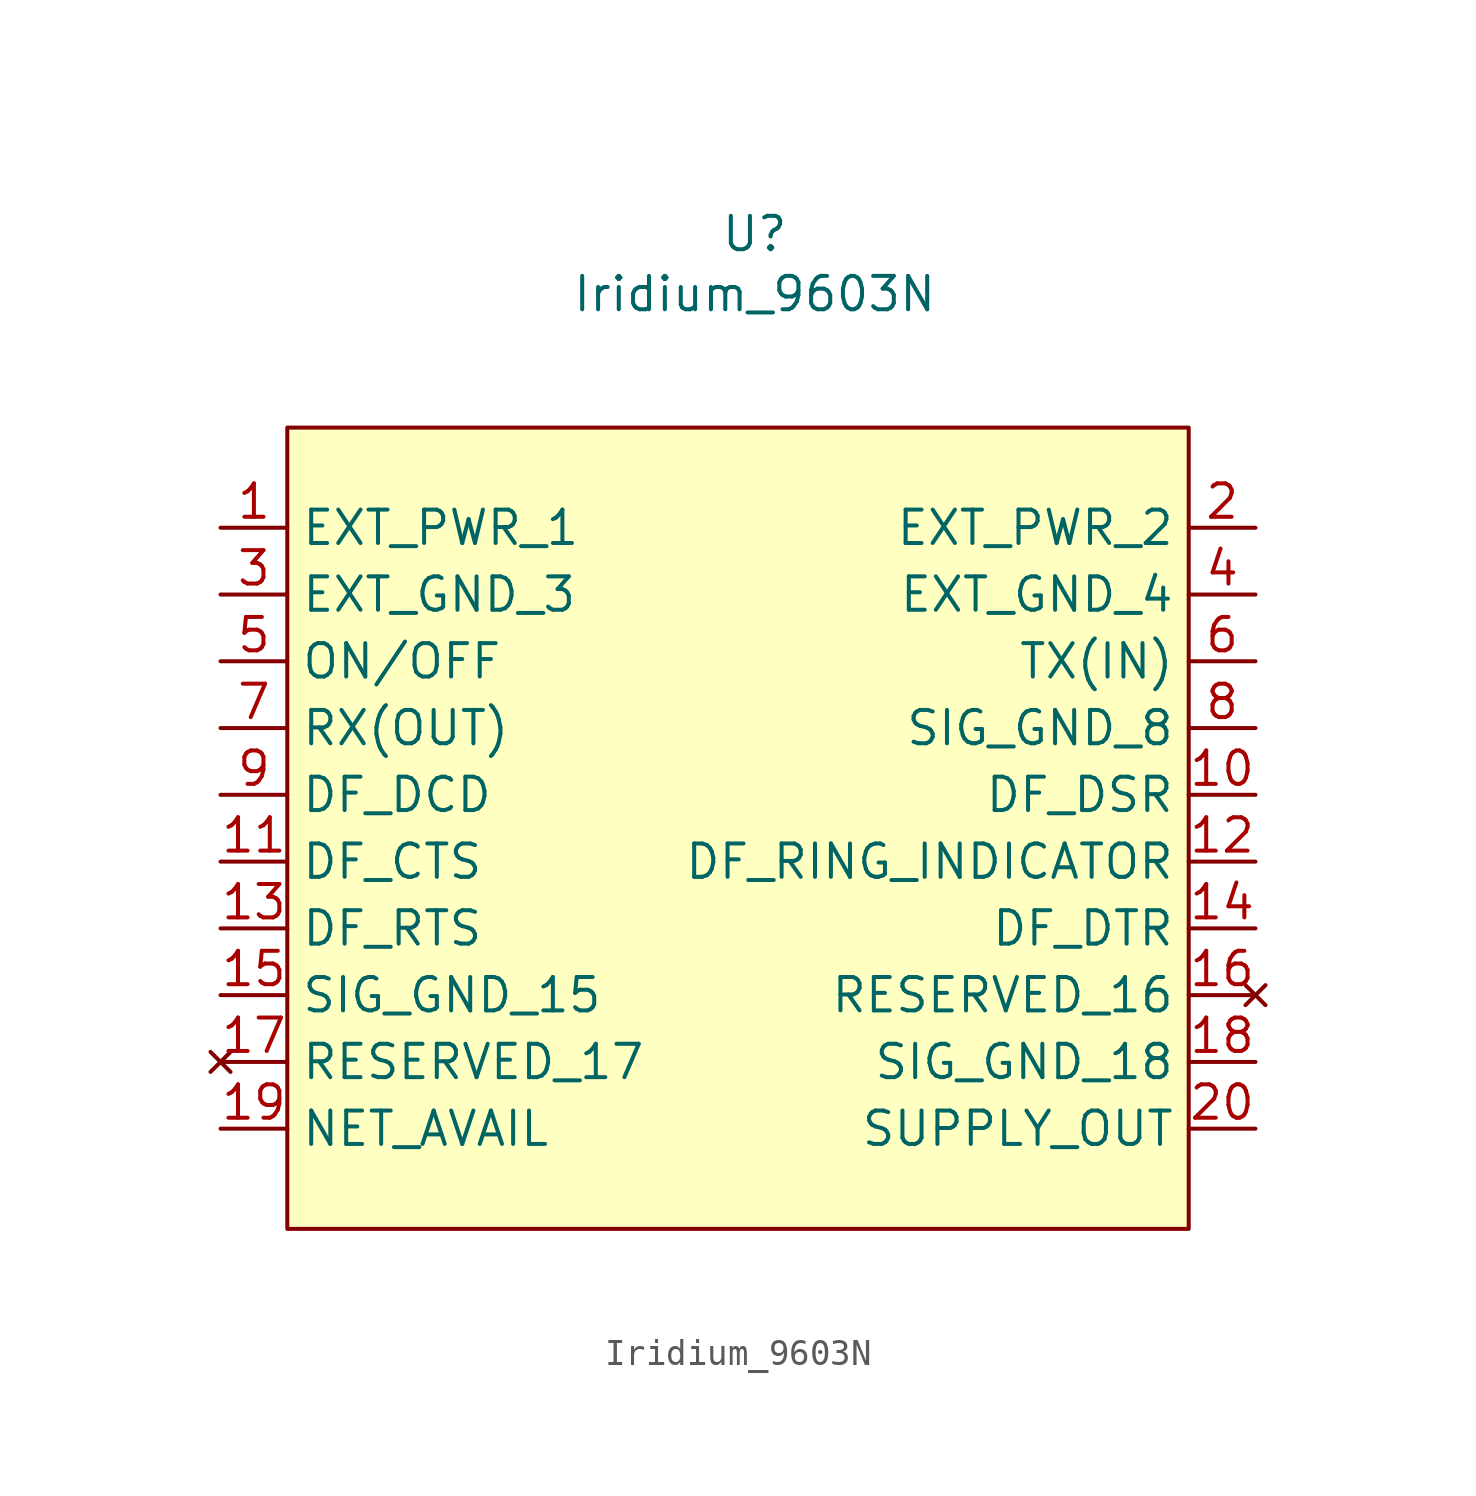
<source format=kicad_sym>
(kicad_symbol_lib
  (version 20241209)
  (generator "kicad_symbol_editor")
  (generator_version "9.0")
  (symbol "Iridium_9603N"
    (property "Reference" "U"
      (at 0 23.876 0)
      (effects (font (size 1.27 1.27))))
    (property "Value" "Iridium_9603N"
      (at 0 21.59 0)
      (effects (font (size 1.27 1.27))))
    (symbol "Iridium_9603N_0_0"
      (pin power_in line (at -20.32 12.7 0) (length 2.54) (name "EXT_PWR_1" (effects (font (size 1.27 1.27)))) (number "1" (effects (font (size 1.27 1.27)))))
      (pin power_in line (at -20.32 10.16 0) (length 2.54) (name "EXT_GND_3" (effects (font (size 1.27 1.27)))) (number "3" (effects (font (size 1.27 1.27)))))
      (pin input line (at -20.32 7.62 0) (length 2.54) (name "ON/OFF" (effects (font (size 1.27 1.27)))) (number "5" (effects (font (size 1.27 1.27)))))
      (pin output line (at -20.32 5.08 0) (length 2.54) (name "RX(OUT)" (effects (font (size 1.27 1.27)))) (number "7" (effects (font (size 1.27 1.27)))))
      (pin output line (at -20.32 2.54 0) (length 2.54) (name "DF_DCD" (effects (font (size 1.27 1.27)))) (number "9" (effects (font (size 1.27 1.27)))))
      (pin output line (at -20.32 0 0) (length 2.54) (name "DF_CTS" (effects (font (size 1.27 1.27)))) (number "11" (effects (font (size 1.27 1.27)))))
      (pin input line (at -20.32 -2.54 0) (length 2.54) (name "DF_RTS" (effects (font (size 1.27 1.27)))) (number "13" (effects (font (size 1.27 1.27)))))
      (pin input line (at -20.32 -5.08 0) (length 2.54) (name "SIG_GND_15" (effects (font (size 1.27 1.27)))) (number "15" (effects (font (size 1.27 1.27)))))
      (pin no_connect line (at -20.32 -7.62 0) (length 2.54) (name "RESERVED_17" (effects (font (size 1.27 1.27)))) (number "17" (effects (font (size 1.27 1.27)))))
      (pin output line (at -20.32 -10.16 0) (length 2.54) (name "NET_AVAIL" (effects (font (size 1.27 1.27)))) (number "19" (effects (font (size 1.27 1.27)))))
      (pin power_in line (at 19.05 12.7 180) (length 2.54) (name "EXT_PWR_2" (effects (font (size 1.27 1.27)))) (number "2" (effects (font (size 1.27 1.27)))))
      (pin power_in line (at 19.05 10.16 180) (length 2.54) (name "EXT_GND_4" (effects (font (size 1.27 1.27)))) (number "4" (effects (font (size 1.27 1.27)))))
      (pin input line (at 19.05 7.62 180) (length 2.54) (name "TX(IN)" (effects (font (size 1.27 1.27)))) (number "6" (effects (font (size 1.27 1.27)))))
      (pin power_in line (at 19.05 5.08 180) (length 2.54) (name "SIG_GND_8" (effects (font (size 1.27 1.27)))) (number "8" (effects (font (size 1.27 1.27)))))
      (pin output line (at 19.05 2.54 180) (length 2.54) (name "DF_DSR" (effects (font (size 1.27 1.27)))) (number "10" (effects (font (size 1.27 1.27)))))
      (pin output line (at 19.05 0 180) (length 2.54) (name "DF_RING_INDICATOR" (effects (font (size 1.27 1.27)))) (number "12" (effects (font (size 1.27 1.27)))))
      (pin input line (at 19.05 -2.54 180) (length 2.54) (name "DF_DTR" (effects (font (size 1.27 1.27)))) (number "14" (effects (font (size 1.27 1.27)))))
      (pin no_connect line (at 19.05 -5.08 180) (length 2.54) (name "RESERVED_16" (effects (font (size 1.27 1.27)))) (number "16" (effects (font (size 1.27 1.27)))))
      (pin input line (at 19.05 -7.62 180) (length 2.54) (name "SIG_GND_18" (effects (font (size 1.27 1.27)))) (number "18" (effects (font (size 1.27 1.27)))))
      (pin output line (at 19.05 -10.16 180) (length 2.54) (name "SUPPLY_OUT" (effects (font (size 1.27 1.27)))) (number "20" (effects (font (size 1.27 1.27))))))
    (symbol "Iridium_9603N_1_1"
      (rectangle (start -17.78 16.51) (end 16.51 -13.97) (stroke (width 0) (type solid)) (fill (type background))))))
</source>
